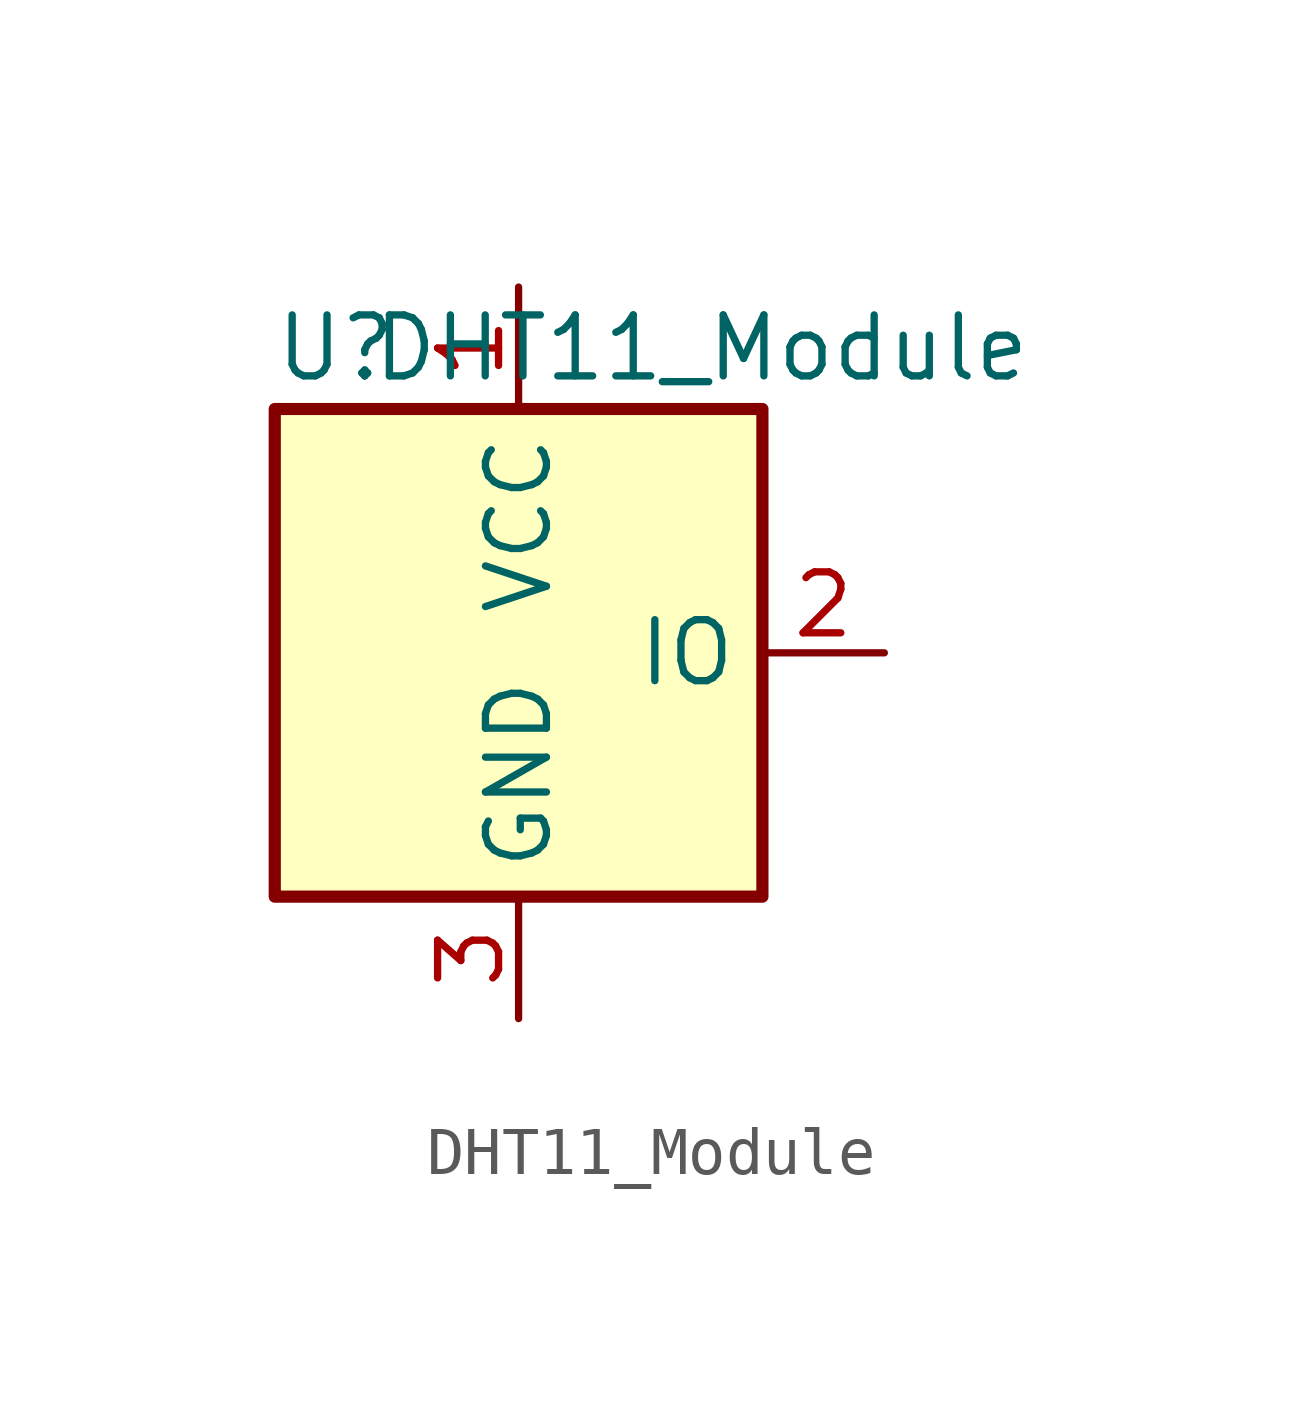
<source format=kicad_sym>
(kicad_symbol_lib
  (version 20211014)
  (generator kicad_symbol_editor)
  (symbol "DHT11_Module"
    (property "Reference" "U"
      (at -3.81 6.35 0)
      (effects (font (size 1.27 1.27))))
    (property "Value" "DHT11_Module"
      (at 3.81 6.35 0)
      (effects (font (size 1.27 1.27))))
    (symbol "DHT11_Module_0_1"
      (rectangle (start -5.08 5.08) (end 5.08 -5.08) (stroke (width 0.254) (type default) (color 0 0 0 0)) (fill (type background))))
    (symbol "DHT11_Module_1_1"
      (pin power_in line (at 0 7.62 270) (length 2.54) (name "VCC" (effects (font (size 1.27 1.27)))) (number "1" (effects (font (size 1.27 1.27)))))
      (pin bidirectional line (at 7.62 0 180) (length 2.54) (name "IO" (effects (font (size 1.27 1.27)))) (number "2" (effects (font (size 1.27 1.27)))))
      (pin power_in line (at 0 -7.62 90) (length 2.54) (name "GND" (effects (font (size 1.27 1.27)))) (number "3" (effects (font (size 1.27 1.27)))))
      (pin no_connect line (at -5.08 0 0) (length 2.54) hide (name "NC" (effects (font (size 1.27 1.27)))) (number "3" (effects (font (size 1.27 1.27))))))))
</source>
